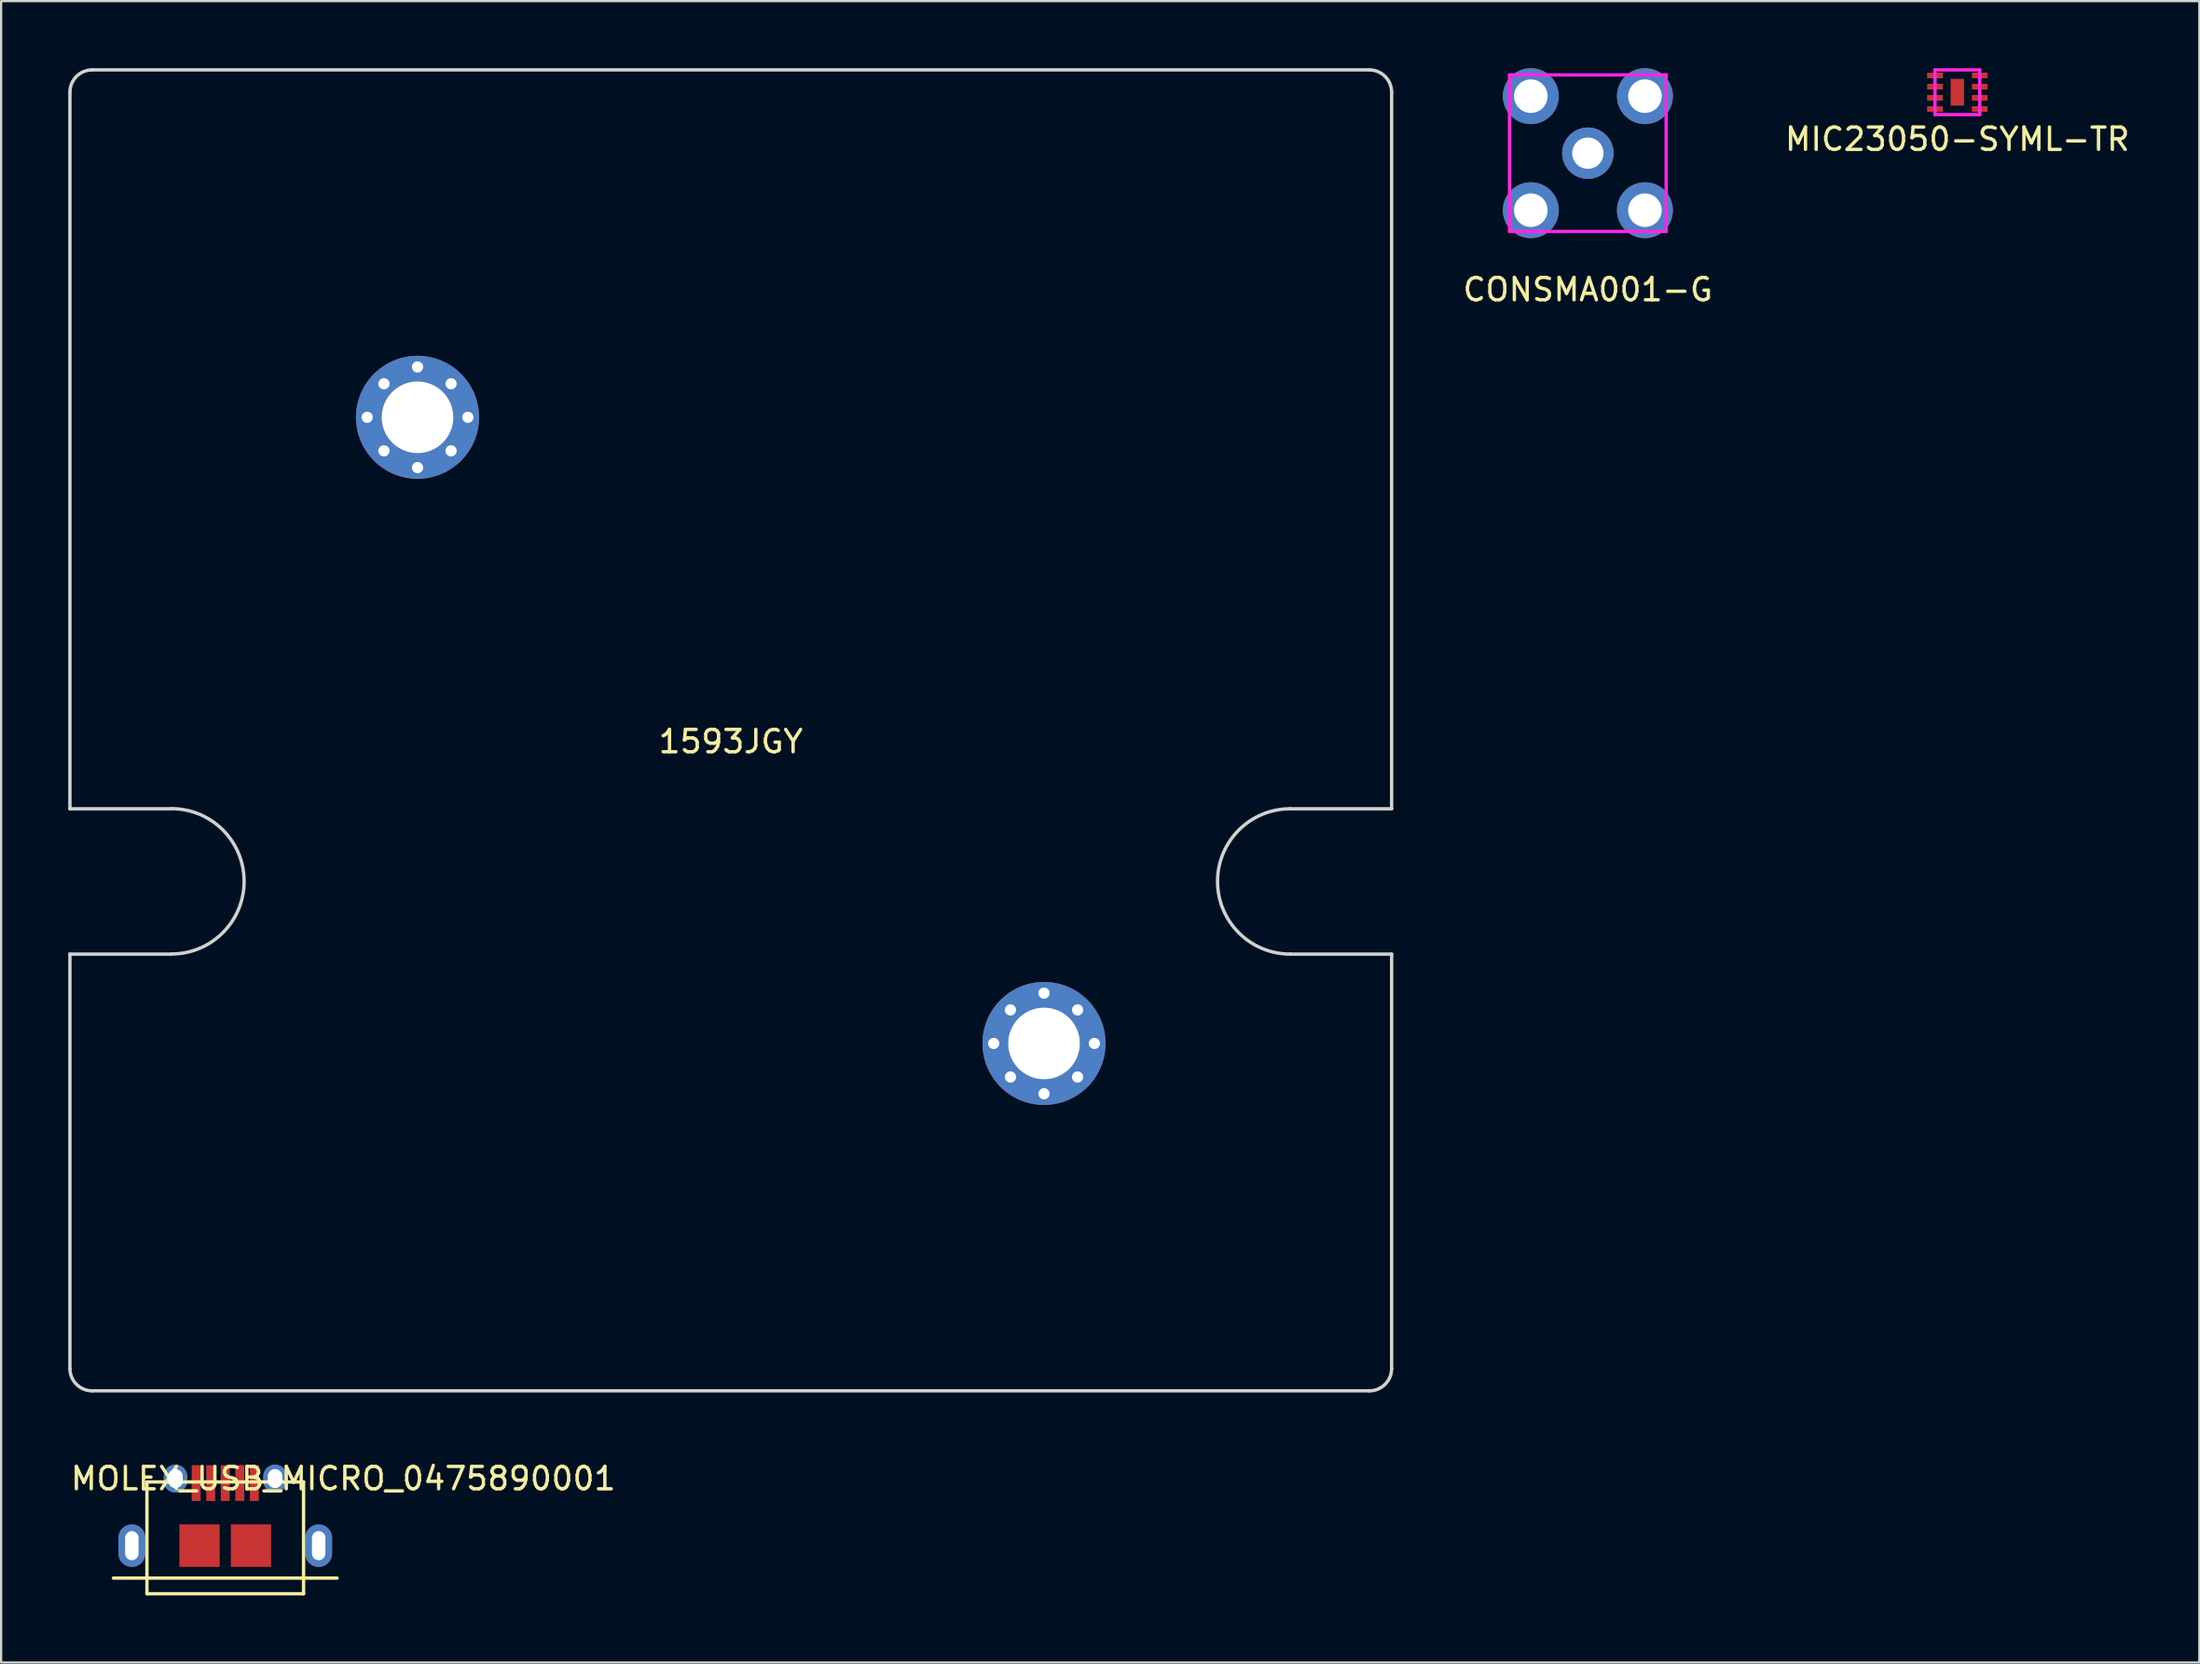
<source format=kicad_pcb>
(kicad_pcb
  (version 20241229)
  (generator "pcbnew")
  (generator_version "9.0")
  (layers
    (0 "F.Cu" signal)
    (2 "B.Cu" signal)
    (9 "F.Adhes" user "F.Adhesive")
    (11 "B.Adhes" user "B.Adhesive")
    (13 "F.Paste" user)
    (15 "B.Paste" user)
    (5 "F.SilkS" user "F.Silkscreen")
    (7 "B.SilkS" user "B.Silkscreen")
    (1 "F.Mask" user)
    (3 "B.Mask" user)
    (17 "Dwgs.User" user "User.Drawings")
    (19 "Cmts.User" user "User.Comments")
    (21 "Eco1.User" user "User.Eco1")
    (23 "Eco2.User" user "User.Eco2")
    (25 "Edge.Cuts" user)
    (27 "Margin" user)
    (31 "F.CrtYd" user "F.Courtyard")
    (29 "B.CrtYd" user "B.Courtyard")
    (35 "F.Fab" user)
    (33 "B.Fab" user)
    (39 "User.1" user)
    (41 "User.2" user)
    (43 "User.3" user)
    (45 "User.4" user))
  (footprint "MOLEX_USB_MICRO_0475890001"
    (layer "F.Cu")
    (at 7.017 64.068)
    (property "Reference" "MOLEX_USB_MICRO_0475890001" (at 5.275 -1 0) (layer "F.SilkS") (effects (font (size 1 1) (thickness 0.15))))
    (attr through_hole)
    (fp_line (start -5 3.45) (end 5 3.45) (stroke (width 0.15) (type solid)) (layer "F.SilkS"))
    (fp_line (start -3.5 -0.85) (end -3.5 4.15) (stroke (width 0.15) (type solid)) (layer "F.SilkS"))
    (fp_line (start -3.5 -0.85) (end 3.5 -0.85) (stroke (width 0.15) (type solid)) (layer "F.SilkS"))
    (fp_line (start -3.5 4.15) (end 3.5 4.15) (stroke (width 0.15) (type solid)) (layer "F.SilkS"))
    (fp_line (start 3.5 -0.85) (end 3.5 4.15) (stroke (width 0.15) (type solid)) (layer "F.SilkS"))
    (pad "1" smd rect (at -1.3 -0.8) (size 0.4 1.6) (layers "F.Cu" "F.Mask" "F.Paste"))
    (pad "2" smd rect (at -0.65 -0.8) (size 0.4 1.6) (layers "F.Cu" "F.Mask" "F.Paste"))
    (pad "3" smd rect (at 0 -0.8) (size 0.4 1.6) (layers "F.Cu" "F.Mask" "F.Paste"))
    (pad "4" smd rect (at 0.65 -0.8) (size 0.4 1.6) (layers "F.Cu" "F.Mask" "F.Paste"))
    (pad "5" thru_hole oval (at -4.175 2) (size 1.2 1.9) (drill oval 0.6 1.3) (layers "*.Cu" "*.Mask"))
    (pad "5" thru_hole oval (at -2.225 -1) (size 1.05 1.25) (drill oval 0.65 0.85) (layers "*.Cu" "*.Mask"))
    (pad "5" smd rect (at -1.15 2) (size 1.8 1.9) (layers "F.Cu" "F.Mask" "F.Paste"))
    (pad "5" smd rect (at 1.15 2) (size 1.8 1.9) (layers "F.Cu" "F.Mask" "F.Paste"))
    (pad "5" smd rect (at 1.3 -0.8) (size 0.4 1.6) (layers "F.Cu" "F.Mask" "F.Paste"))
    (pad "5" thru_hole oval (at 2.225 -1) (size 1.05 1.25) (drill oval 0.65 0.85) (layers "*.Cu" "*.Mask"))
    (pad "5" thru_hole oval (at 4.175 2) (size 1.2 1.9) (drill oval 0.6 1.3) (layers "*.Cu" "*.Mask")))
  (footprint "CONSMA001-G"
    (layer "F.Cu")
    (at 67.916 3.8)
    (property "Reference" "CONSMA001-G" (at 0 6.1 0) (layer "F.SilkS") (effects (font (size 1 1) (thickness 0.15))))
    (attr through_hole)
    (fp_line (start -3.5 -3.5) (end 3.5 -3.5) (stroke (width 0.15) (type solid)) (layer "F.CrtYd"))
    (fp_line (start -3.5 3.5) (end -3.5 -3.5) (stroke (width 0.15) (type solid)) (layer "F.CrtYd"))
    (fp_line (start 3.5 -3.5) (end 3.5 3.5) (stroke (width 0.15) (type solid)) (layer "F.CrtYd"))
    (fp_line (start 3.5 3.5) (end -3.5 3.5) (stroke (width 0.15) (type solid)) (layer "F.CrtYd"))
    (pad "1" thru_hole circle (at 0 0) (size 2.3 2.3) (drill 1.4) (layers "*.Cu" "*.Mask"))
    (pad "2" thru_hole circle (at -2.55 -2.55) (size 2.5 2.5) (drill 1.5) (layers "*.Cu" "*.Mask"))
    (pad "2" thru_hole circle (at -2.55 2.55) (size 2.5 2.5) (drill 1.5) (layers "*.Cu" "*.Mask"))
    (pad "2" thru_hole circle (at 2.55 -2.55) (size 2.5 2.5) (drill 1.5) (layers "*.Cu" "*.Mask"))
    (pad "2" thru_hole circle (at 2.55 2.55) (size 2.5 2.5) (drill 1.5) (layers "*.Cu" "*.Mask")))
  (footprint "1593JGY"
    (layer "F.Cu")
    (at 29.61 29.61)
    (property "Reference" "1593JGY" (at 0 0.5 0) (layer "F.SilkS") (effects (font (size 1 1) (thickness 0.15))))
    (attr through_hole)
    (fp_line (start -29.535 3.505) (end -29.535 -28.535) (stroke (width 0.15) (type solid)) (layer "Edge.Cuts"))
    (fp_line (start -29.535 3.505) (end -25.005 3.505) (stroke (width 0.15) (type solid)) (layer "Edge.Cuts"))
    (fp_line (start -29.535 10.005) (end -29.535 28.535) (stroke (width 0.15) (type solid)) (layer "Edge.Cuts"))
    (fp_line (start -29.535 10.005) (end -25.005 10.005) (stroke (width 0.15) (type solid)) (layer "Edge.Cuts"))
    (fp_line (start -28.535 -29.535) (end 28.535 -29.535) (stroke (width 0.15) (type solid)) (layer "Edge.Cuts"))
    (fp_line (start 28.535 29.535) (end -28.535 29.535) (stroke (width 0.15) (type solid)) (layer "Edge.Cuts"))
    (fp_line (start 29.535 3.505) (end 25.005 3.505) (stroke (width 0.15) (type solid)) (layer "Edge.Cuts"))
    (fp_line (start 29.535 3.505) (end 29.535 -28.535) (stroke (width 0.15) (type solid)) (layer "Edge.Cuts"))
    (fp_line (start 29.535 10.005) (end 25.005 10.005) (stroke (width 0.15) (type solid)) (layer "Edge.Cuts"))
    (fp_line (start 29.535 10.005) (end 29.535 28.535) (stroke (width 0.15) (type solid)) (layer "Edge.Cuts"))
    (fp_arc (start -29.535 -28.535) (mid -29.242107 -29.242107) (end -28.535 -29.535) (stroke (width 0.15) (type solid)) (layer "Edge.Cuts"))
    (fp_arc (start -28.535 29.535) (mid -29.242107 29.242107) (end -29.535 28.535) (stroke (width 0.15) (type solid)) (layer "Edge.Cuts"))
    (fp_arc (start -25 3.5) (mid -21.75 6.75) (end -25 10) (stroke (width 0.15) (type solid)) (layer "Edge.Cuts"))
    (fp_arc (start 25.005 10.005) (mid 21.755 6.755) (end 25.005 3.505) (stroke (width 0.15) (type solid)) (layer "Edge.Cuts"))
    (fp_arc (start 28.535 -29.535) (mid 29.242107 -29.242107) (end 29.535 -28.535) (stroke (width 0.15) (type solid)) (layer "Edge.Cuts"))
    (fp_arc (start 29.535 28.535) (mid 29.242107 29.242107) (end 28.535 29.535) (stroke (width 0.15) (type solid)) (layer "Edge.Cuts"))
    (pad "1" thru_hole circle (at -16.25 -14) (size 1 1) (drill 0.5) (layers "*.Cu" "*.Mask"))
    (pad "1" thru_hole circle (at -15.5 -15.5) (size 1 1) (drill 0.5) (layers "*.Cu" "*.Mask"))
    (pad "1" thru_hole circle (at -15.5 -12.5) (size 1 1) (drill 0.5) (layers "*.Cu" "*.Mask"))
    (pad "1" thru_hole circle (at -14 -16.25) (size 1 1) (drill 0.5) (layers "*.Cu" "*.Mask"))
    (pad "1" thru_hole circle (at -14 -14) (size 5.5 5.5) (drill 3.2) (layers "*.Cu" "*.Mask"))
    (pad "1" thru_hole circle (at -14 -11.75) (size 1 1) (drill 0.5) (layers "*.Cu" "*.Mask"))
    (pad "1" thru_hole circle (at -12.5 -15.5) (size 1 1) (drill 0.5) (layers "*.Cu" "*.Mask"))
    (pad "1" thru_hole circle (at -12.5 -12.5) (size 1 1) (drill 0.5) (layers "*.Cu" "*.Mask"))
    (pad "1" thru_hole circle (at -11.75 -14) (size 1 1) (drill 0.5) (layers "*.Cu" "*.Mask"))
    (pad "1" thru_hole circle (at 11.75 14) (size 1 1) (drill 0.5) (layers "*.Cu" "*.Mask"))
    (pad "1" thru_hole circle (at 12.5 12.5) (size 1 1) (drill 0.5) (layers "*.Cu" "*.Mask"))
    (pad "1" thru_hole circle (at 12.5 15.5) (size 1 1) (drill 0.5) (layers "*.Cu" "*.Mask"))
    (pad "1" thru_hole circle (at 14 11.75) (size 1 1) (drill 0.5) (layers "*.Cu" "*.Mask"))
    (pad "1" thru_hole circle (at 14 14) (size 5.5 5.5) (drill 3.2) (layers "*.Cu" "*.Mask"))
    (pad "1" thru_hole circle (at 14 16.25) (size 1 1) (drill 0.5) (layers "*.Cu" "*.Mask"))
    (pad "1" thru_hole circle (at 15.5 12.5) (size 1 1) (drill 0.5) (layers "*.Cu" "*.Mask"))
    (pad "1" thru_hole circle (at 15.5 15.5) (size 1 1) (drill 0.5) (layers "*.Cu" "*.Mask"))
    (pad "1" thru_hole circle (at 16.25 14) (size 1 1) (drill 0.5) (layers "*.Cu" "*.Mask")))
  (footprint "MIC23050-SYML-TR"
    (layer "F.Cu")
    (at 84.428 1.075)
    (property "Reference" "MIC23050-SYML-TR" (at 0 2.1 0) (layer "F.SilkS") (effects (font (size 1 1) (thickness 0.15))))
    (attr through_hole)
    (fp_line (start -1 -1) (end 1 -1) (stroke (width 0.15) (type solid)) (layer "F.CrtYd"))
    (fp_line (start -1 1) (end -1 -1) (stroke (width 0.15) (type solid)) (layer "F.CrtYd"))
    (fp_line (start 1 -1) (end 1 1) (stroke (width 0.15) (type solid)) (layer "F.CrtYd"))
    (fp_line (start 1 1) (end -1 1) (stroke (width 0.15) (type solid)) (layer "F.CrtYd"))
    (pad "1" smd rect (at -1 -0.75) (size 0.7 0.25) (layers "F.Cu" "F.Mask" "F.Paste"))
    (pad "2" smd rect (at -1 -0.25) (size 0.7 0.25) (layers "F.Cu" "F.Mask" "F.Paste"))
    (pad "3" smd rect (at -1 0.25) (size 0.7 0.25) (layers "F.Cu" "F.Mask" "F.Paste"))
    (pad "4" smd rect (at -1 0.75) (size 0.7 0.25) (layers "F.Cu" "F.Mask" "F.Paste"))
    (pad "5" smd rect (at 1 0.75) (size 0.7 0.25) (layers "F.Cu" "F.Mask" "F.Paste"))
    (pad "6" smd rect (at 1 0.25) (size 0.7 0.25) (layers "F.Cu" "F.Mask" "F.Paste"))
    (pad "7" smd rect (at 1 -0.25) (size 0.7 0.25) (layers "F.Cu" "F.Mask" "F.Paste"))
    (pad "8" smd rect (at 0 0) (size 0.6 1.2) (layers "F.Cu" "F.Mask" "F.Paste"))
    (pad "8" smd rect (at 1 -0.75) (size 0.7 0.25) (layers "F.Cu" "F.Mask" "F.Paste")))
  (gr_rect
    (start -3 -3)
    (end 95.244 71.293)
    (stroke (width 0.1) (type default))
    (fill no)
    (layer "Edge.Cuts")))
</source>
